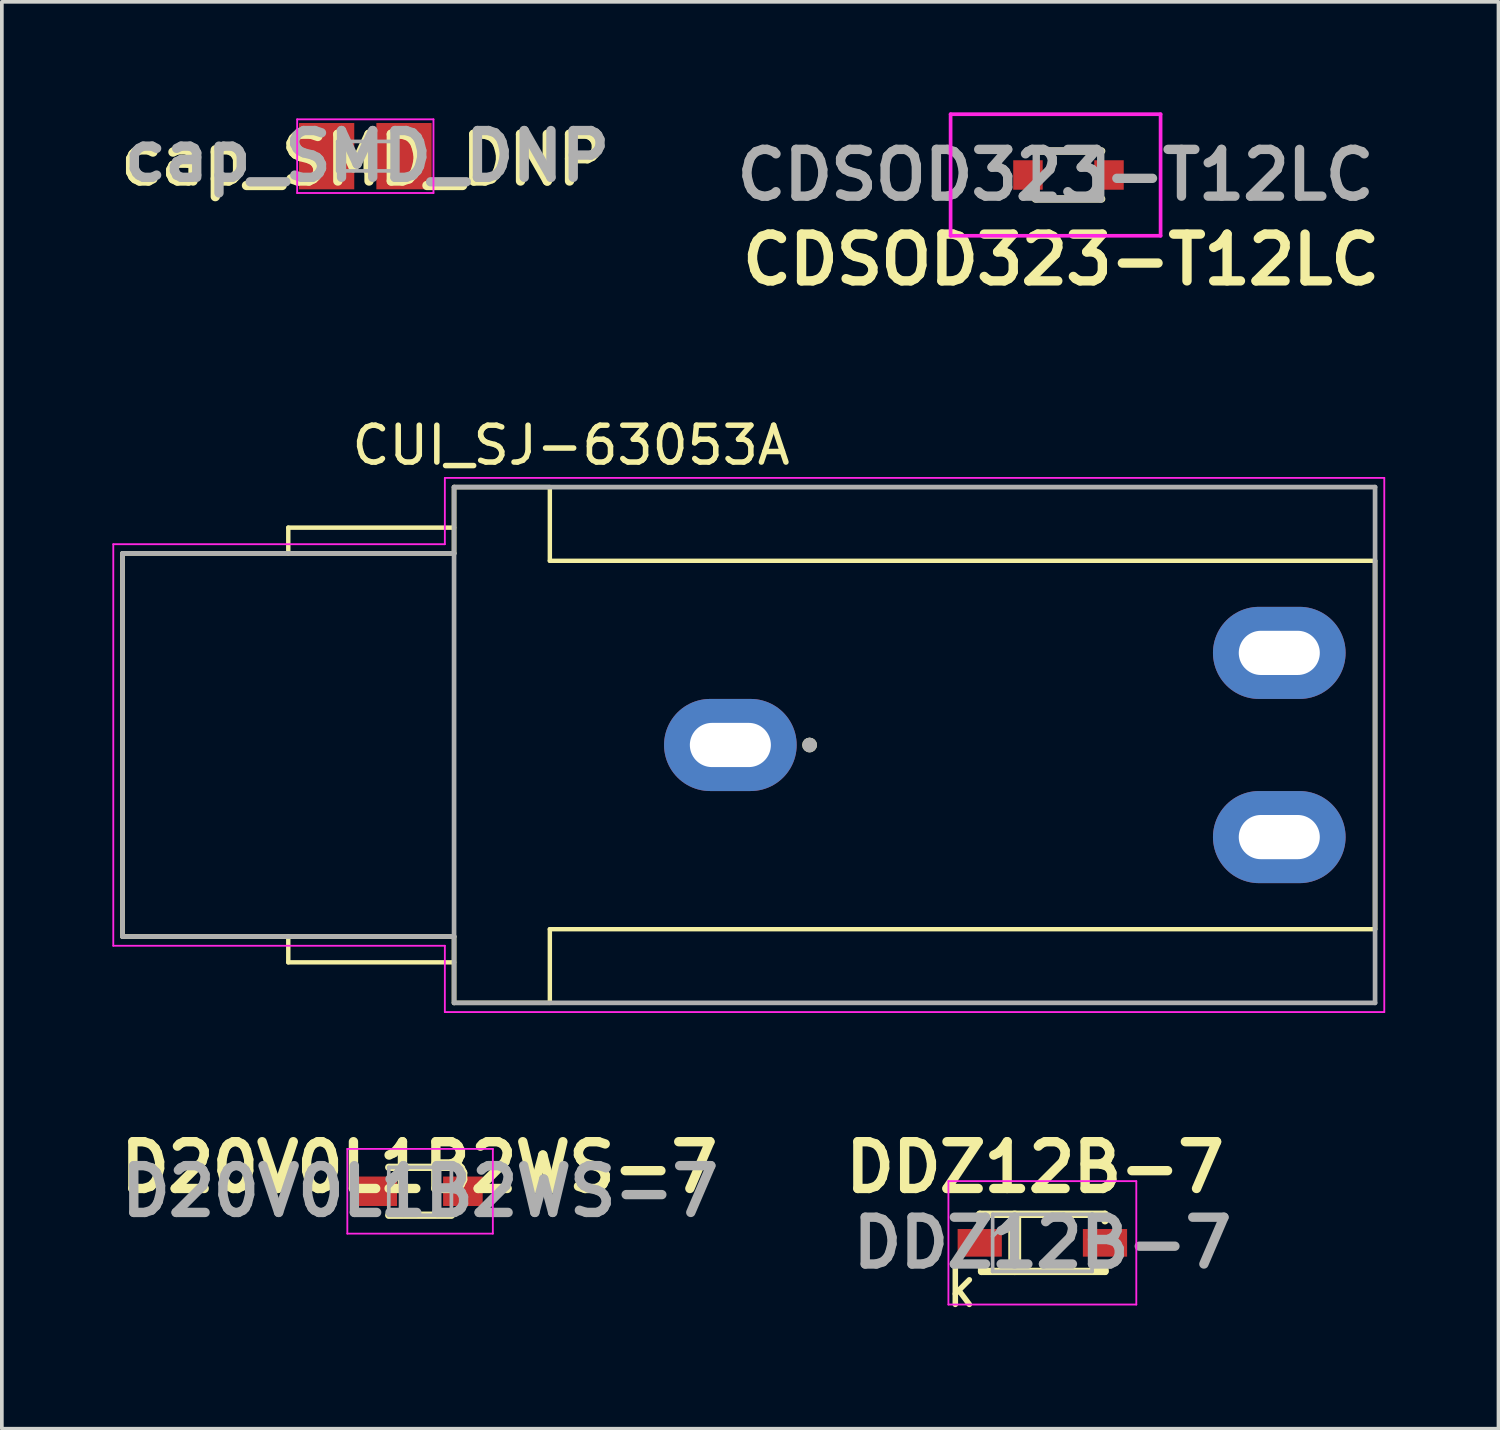
<source format=kicad_pcb>
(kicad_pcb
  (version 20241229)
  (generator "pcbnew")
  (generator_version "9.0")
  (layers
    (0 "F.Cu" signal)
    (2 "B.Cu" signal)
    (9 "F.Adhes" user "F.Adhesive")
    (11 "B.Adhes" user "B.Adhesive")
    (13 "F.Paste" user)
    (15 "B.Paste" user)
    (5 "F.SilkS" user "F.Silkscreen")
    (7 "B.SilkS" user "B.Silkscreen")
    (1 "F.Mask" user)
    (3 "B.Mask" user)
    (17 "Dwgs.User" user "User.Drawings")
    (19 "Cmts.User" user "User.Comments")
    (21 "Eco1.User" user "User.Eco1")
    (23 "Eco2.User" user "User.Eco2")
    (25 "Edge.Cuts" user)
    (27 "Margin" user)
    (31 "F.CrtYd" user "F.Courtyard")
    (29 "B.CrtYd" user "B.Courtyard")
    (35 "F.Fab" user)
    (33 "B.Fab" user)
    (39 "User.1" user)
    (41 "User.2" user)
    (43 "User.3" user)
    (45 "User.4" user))
  (footprint "cap_SMD_DNP"
    (layer "F.Cu")
    (at 6.916 1.189)
    (property "Reference" "cap_SMD_DNP" (at -0.1 0.1 0) (layer "F.SilkS") (effects (font (size 1.27 1.27) (thickness 0.254))))
    (attr smd)
    (fp_line (start 0 -0.4) (end 0 0.4) (stroke (width 0.2) (type default)) (layer "F.SilkS"))
    (fp_line (start -1.9 -1) (end 1.8 -1) (stroke (width 0.05) (type solid)) (layer "F.CrtYd"))
    (fp_line (start -1.9 1) (end -1.9 -1) (stroke (width 0.05) (type solid)) (layer "F.CrtYd"))
    (fp_line (start 1.8 -1) (end 1.8 1) (stroke (width 0.05) (type solid)) (layer "F.CrtYd"))
    (fp_line (start 1.8 1) (end -1.9 1) (stroke (width 0.05) (type solid)) (layer "F.CrtYd"))
    (fp_line (start -0.8 -0.4) (end 0.8 -0.4) (stroke (width 0.1) (type solid)) (layer "F.Fab"))
    (fp_line (start -0.8 0.4) (end -0.8 -0.4) (stroke (width 0.1) (type solid)) (layer "F.Fab"))
    (fp_line (start 0.8 -0.4) (end 0.8 0.4) (stroke (width 0.1) (type solid)) (layer "F.Fab"))
    (fp_line (start 0.8 0.4) (end -0.8 0.4) (stroke (width 0.1) (type solid)) (layer "F.Fab"))
    (fp_text user "${REFERENCE}" (at 0 0 0) (layer "F.Fab") (effects (font (size 1.27 1.27) (thickness 0.254))))
    (pad "1" smd rect (at -1.1 0) (size 1.5 1.8) (layers "F.Cu" "F.Mask" "F.Paste"))
    (pad "2" smd rect (at 1 0) (size 1.5 1.8) (layers "F.Cu" "F.Mask" "F.Paste")))
  (footprint "CUI_SJ-63053A"
    (layer "F.Cu")
    (at 16.775 17.172)
    (property "Reference" "CUI_SJ-63053A" (at -4.325 -8.135 0) (layer "F.SilkS") (effects (font (size 1 1) (thickness 0.15))))
    (attr through_hole)
    (fp_line (start -16.5 -5.2) (end -16.5 5.2) (stroke (width 0.127) (type solid)) (layer "F.SilkS"))
    (fp_line (start -16.5 -5.2) (end -7.5 -5.2) (stroke (width 0.127) (type solid)) (layer "F.SilkS"))
    (fp_line (start -16.5 5.2) (end -7.5 5.2) (stroke (width 0.127) (type solid)) (layer "F.SilkS"))
    (fp_line (start -12 -5.9) (end -7.5 -5.9) (stroke (width 0.12) (type default)) (layer "F.SilkS"))
    (fp_line (start -12 -5.2) (end -12 -5.9) (stroke (width 0.12) (type default)) (layer "F.SilkS"))
    (fp_line (start -12 5.2) (end -12 5.9) (stroke (width 0.12) (type default)) (layer "F.SilkS"))
    (fp_line (start -12 5.9) (end -7.5 5.9) (stroke (width 0.12) (type default)) (layer "F.SilkS"))
    (fp_line (start -7.5 -7) (end -4.9 -7) (stroke (width 0.12) (type default)) (layer "F.SilkS"))
    (fp_line (start -7.5 -5.2) (end -7.5 -7) (stroke (width 0.127) (type solid)) (layer "F.SilkS"))
    (fp_line (start -7.5 7) (end -7.5 5.2) (stroke (width 0.127) (type solid)) (layer "F.SilkS"))
    (fp_line (start -7.5 7) (end -4.9 7) (stroke (width 0.12) (type default)) (layer "F.SilkS"))
    (fp_line (start -4.9 -7) (end -4.9 -5) (stroke (width 0.12) (type default)) (layer "F.SilkS"))
    (fp_line (start -4.9 -5) (end 17.5 -5) (stroke (width 0.12) (type default)) (layer "F.SilkS"))
    (fp_line (start -4.9 5) (end 17.5 5) (stroke (width 0.12) (type default)) (layer "F.SilkS"))
    (fp_line (start -4.9 7) (end -4.9 5) (stroke (width 0.12) (type default)) (layer "F.SilkS"))
    (fp_line (start 17.5 -5) (end 17.5 5) (stroke (width 0.127) (type solid)) (layer "F.SilkS"))
    (fp_circle (center 2.15 0) (end 2.25 0) (stroke (width 0.2) (type solid)) (fill no) (layer "F.SilkS"))
    (fp_line (start -16.75 -5.45) (end -16.75 5.45) (stroke (width 0.05) (type solid)) (layer "F.CrtYd"))
    (fp_line (start -16.75 -5.45) (end -7.75 -5.45) (stroke (width 0.05) (type solid)) (layer "F.CrtYd"))
    (fp_line (start -16.75 5.45) (end -7.75 5.45) (stroke (width 0.05) (type solid)) (layer "F.CrtYd"))
    (fp_line (start -7.75 -7.25) (end 17.75 -7.25) (stroke (width 0.05) (type solid)) (layer "F.CrtYd"))
    (fp_line (start -7.75 -5.45) (end -7.75 -7.25) (stroke (width 0.05) (type solid)) (layer "F.CrtYd"))
    (fp_line (start -7.75 7.25) (end -7.75 5.45) (stroke (width 0.05) (type solid)) (layer "F.CrtYd"))
    (fp_line (start 17.75 -7.25) (end 17.75 7.25) (stroke (width 0.05) (type solid)) (layer "F.CrtYd"))
    (fp_line (start 17.75 7.25) (end -7.75 7.25) (stroke (width 0.05) (type solid)) (layer "F.CrtYd"))
    (fp_line (start -16.5 -5.2) (end -16.5 5.2) (stroke (width 0.127) (type solid)) (layer "F.Fab"))
    (fp_line (start -16.5 -5.2) (end -7.5 -5.2) (stroke (width 0.127) (type solid)) (layer "F.Fab"))
    (fp_line (start -16.5 5.2) (end -7.5 5.2) (stroke (width 0.127) (type solid)) (layer "F.Fab"))
    (fp_line (start -7.5 -7) (end 17.5 -7) (stroke (width 0.127) (type solid)) (layer "F.Fab"))
    (fp_line (start -7.5 -5.2) (end -7.5 -7) (stroke (width 0.127) (type solid)) (layer "F.Fab"))
    (fp_line (start -7.5 5.2) (end -7.5 -5.2) (stroke (width 0.127) (type solid)) (layer "F.Fab"))
    (fp_line (start -7.5 7) (end -7.5 5.2) (stroke (width 0.127) (type solid)) (layer "F.Fab"))
    (fp_line (start 17.5 -7) (end 17.5 7) (stroke (width 0.127) (type solid)) (layer "F.Fab"))
    (fp_line (start 17.5 7) (end -7.5 7) (stroke (width 0.127) (type solid)) (layer "F.Fab"))
    (fp_circle (center 2.15 0) (end 2.25 0) (stroke (width 0.2) (type solid)) (fill no) (layer "F.Fab"))
    (pad "1" thru_hole oval (at 0 0) (size 3.6 2.5) (drill oval 2.2 1.2) (layers "*.Cu" "*.Mask"))
    (pad "2" thru_hole oval (at 14.9 2.5) (size 3.6 2.5) (drill oval 2.2 1.2) (layers "*.Cu" "*.Mask"))
    (pad "3" thru_hole oval (at 14.9 -2.5) (size 3.6 2.5) (drill oval 2.2 1.2) (layers "*.Cu" "*.Mask")))
  (footprint "CDSOD323-T12LC"
    (layer "F.Cu")
    (at 25.953 1.7)
    (property "Reference" "CDSOD323-T12LC" (at -0.2 2.3 0) (layer "F.SilkS") (effects (font (size 1.27 1.27) (thickness 0.254))))
    (attr smd)
    (fp_line (start 0.9 -0.65) (end -0.95 -0.65) (stroke (width 0.2) (type default)) (layer "F.SilkS"))
    (fp_line (start 0.9 0.65) (end -0.9 0.65) (stroke (width 0.2) (type default)) (layer "F.SilkS"))
    (fp_line (start -3.2 -1.65) (end 2.5 -1.65) (stroke (width 0.1) (type solid)) (layer "F.CrtYd"))
    (fp_line (start -3.2 1.65) (end -3.2 -1.65) (stroke (width 0.1) (type solid)) (layer "F.CrtYd"))
    (fp_line (start 2.5 -1.65) (end 2.5 1.65) (stroke (width 0.1) (type solid)) (layer "F.CrtYd"))
    (fp_line (start 2.5 1.65) (end -3.2 1.65) (stroke (width 0.1) (type solid)) (layer "F.CrtYd"))
    (fp_line (start -0.875 -0.65) (end -0.875 0.65) (stroke (width 0.2) (type solid)) (layer "F.Fab"))
    (fp_line (start -0.875 0.65) (end 0.875 0.65) (stroke (width 0.2) (type solid)) (layer "F.Fab"))
    (fp_line (start 0.875 -0.65) (end -0.875 -0.65) (stroke (width 0.2) (type solid)) (layer "F.Fab"))
    (fp_line (start 0.875 0.65) (end 0.875 -0.65) (stroke (width 0.2) (type solid)) (layer "F.Fab"))
    (fp_text user "${REFERENCE}" (at -0.35 0 0) (layer "F.Fab") (effects (font (size 1.27 1.27) (thickness 0.254))))
    (pad "1" smd rect (at -1.1 0 90) (size 0.8 0.8) (layers "F.Cu" "F.Mask" "F.Paste"))
    (pad "2" smd rect (at 1.1 0 90) (size 0.8 0.8) (layers "F.Cu" "F.Mask" "F.Paste")))
  (footprint "D20V0L1B2WS-7"
    (layer "F.Cu")
    (at 8.353 29.286)
    (property "Reference" "D20V0L1B2WS-7" (at -0.025 -0.65 0) (layer "F.SilkS") (effects (font (size 1.27 1.27) (thickness 0.254))))
    (attr smd)
    (fp_line (start -0.85 -0.65) (end 0.85 -0.65) (stroke (width 0.2) (type solid)) (layer "F.SilkS"))
    (fp_line (start -0.85 0.65) (end 0.85 0.65) (stroke (width 0.2) (type solid)) (layer "F.SilkS"))
    (fp_line (start -1.975 -1.15) (end 1.975 -1.15) (stroke (width 0.05) (type solid)) (layer "F.CrtYd"))
    (fp_line (start -1.975 1.15) (end -1.975 -1.15) (stroke (width 0.05) (type solid)) (layer "F.CrtYd"))
    (fp_line (start 1.975 -1.15) (end 1.975 1.15) (stroke (width 0.05) (type solid)) (layer "F.CrtYd"))
    (fp_line (start 1.975 1.15) (end -1.975 1.15) (stroke (width 0.05) (type solid)) (layer "F.CrtYd"))
    (fp_line (start -0.85 -0.65) (end 0.85 -0.65) (stroke (width 0.1) (type solid)) (layer "F.Fab"))
    (fp_line (start -0.85 -0.112) (end -0.312 -0.65) (stroke (width 0.1) (type solid)) (layer "F.Fab"))
    (fp_line (start -0.85 0.65) (end -0.85 -0.65) (stroke (width 0.1) (type solid)) (layer "F.Fab"))
    (fp_line (start 0.85 -0.65) (end 0.85 0.65) (stroke (width 0.1) (type solid)) (layer "F.Fab"))
    (fp_line (start 0.85 0.65) (end -0.85 0.65) (stroke (width 0.1) (type solid)) (layer "F.Fab"))
    (fp_text user "${REFERENCE}" (at 0 0 0) (layer "F.Fab") (effects (font (size 1.27 1.27) (thickness 0.254))))
    (pad "1" smd rect (at -1.162 0 90) (size 0.8 1.075) (layers "F.Cu" "F.Mask" "F.Paste"))
    (pad "2" smd rect (at 1.162 0 90) (size 0.8 1.075) (layers "F.Cu" "F.Mask" "F.Paste")))
  (footprint "DDZ12B-7"
    (layer "F.Cu")
    (at 25.244 30.686)
    (property "Reference" "DDZ12B-7" (at -0.2 -2.05 0) (layer "F.SilkS") (effects (font (size 1.27 1.27) (thickness 0.254))))
    (attr smd)
    (fp_line (start -1.7 -0.775) (end -1.7 -0.6) (stroke (width 0.2) (type default)) (layer "F.SilkS"))
    (fp_line (start -1.7 -0.775) (end 1.7 -0.775) (stroke (width 0.2) (type solid)) (layer "F.SilkS"))
    (fp_line (start -1.65 0.6) (end -1.65 0.775) (stroke (width 0.2) (type default)) (layer "F.SilkS"))
    (fp_line (start -1.65 0.775) (end 1.7 0.775) (stroke (width 0.2) (type solid)) (layer "F.SilkS"))
    (fp_line (start -0.75 -0.7) (end -0.75 0.7) (stroke (width 0.35) (type default)) (layer "F.SilkS"))
    (fp_line (start 1.7 -0.775) (end 1.7 -0.6) (stroke (width 0.2) (type default)) (layer "F.SilkS"))
    (fp_line (start 1.7 0.6) (end 1.7 0.775) (stroke (width 0.2) (type default)) (layer "F.SilkS"))
    (fp_line (start -2.55 -1.675) (end 2.55 -1.675) (stroke (width 0.05) (type solid)) (layer "F.CrtYd"))
    (fp_line (start -2.55 1.675) (end -2.55 -1.675) (stroke (width 0.05) (type solid)) (layer "F.CrtYd"))
    (fp_line (start 2.55 -1.675) (end 2.55 1.675) (stroke (width 0.05) (type solid)) (layer "F.CrtYd"))
    (fp_line (start 2.55 1.675) (end -2.55 1.675) (stroke (width 0.05) (type solid)) (layer "F.CrtYd"))
    (fp_line (start -1.35 -0.775) (end 1.35 -0.775) (stroke (width 0.1) (type solid)) (layer "F.Fab"))
    (fp_line (start -1.35 -0.175) (end -0.75 -0.775) (stroke (width 0.1) (type solid)) (layer "F.Fab"))
    (fp_line (start -1.35 0.775) (end -1.35 -0.775) (stroke (width 0.1) (type solid)) (layer "F.Fab"))
    (fp_line (start 1.35 -0.775) (end 1.35 0.775) (stroke (width 0.1) (type solid)) (layer "F.Fab"))
    (fp_line (start 1.35 0.775) (end -1.35 0.775) (stroke (width 0.1) (type solid)) (layer "F.Fab"))
    (fp_text user "k" (at -2.7 1.8 0) (unlocked yes) (layer "F.SilkS") (effects (font (size 1 1) (thickness 0.15)) (justify left bottom)))
    (fp_text user "${REFERENCE}" (at 0 0 0) (layer "F.Fab") (effects (font (size 1.27 1.27) (thickness 0.254))))
    (pad "1" smd rect (at -1.7 0 90) (size 0.75 1.2) (layers "F.Cu" "F.Mask" "F.Paste"))
    (pad "2" smd rect (at 1.7 0 90) (size 0.75 1.2) (layers "F.Cu" "F.Mask" "F.Paste")))
  (gr_rect
    (start -3 -3)
    (end 37.625 35.732)
    (stroke (width 0.1) (type default))
    (fill no)
    (layer "Edge.Cuts")))
</source>
